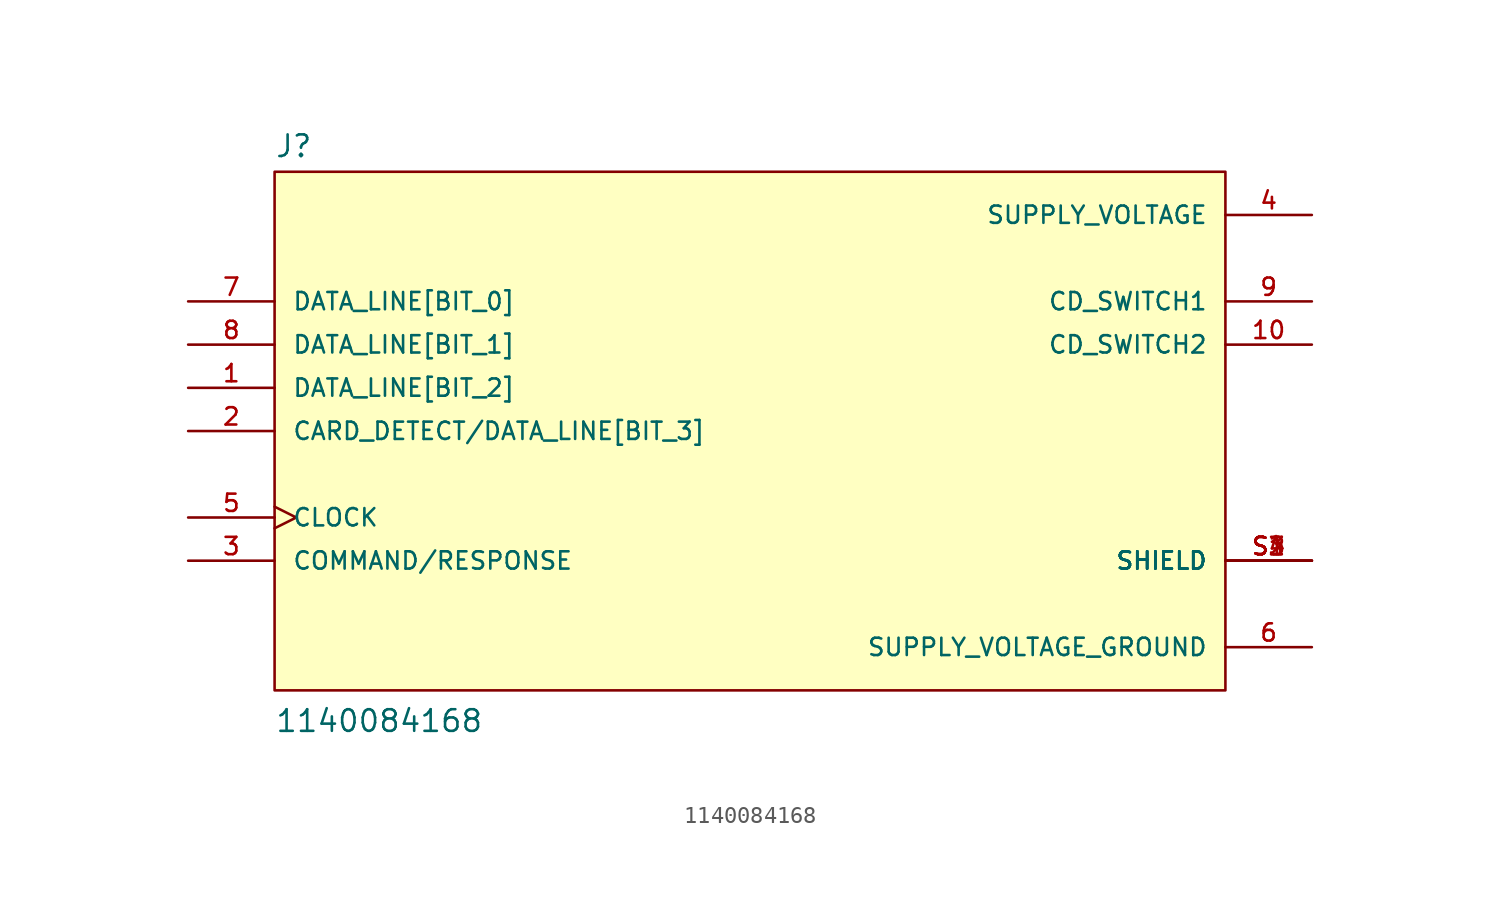
<source format=kicad_sym>
(kicad_symbol_lib
  (version 20211014)
  (generator kicad_symbol_editor)
  (symbol "1140084168"
    (pin_names
      (offset 1.016))
    (property "Reference" "J"
      (at -27.94 16.002 0)
      (effects (font (size 1.27 1.27)) (justify bottom left)))
    (property "Value" "1140084168"
      (at -27.94 -17.78 0)
      (effects (font (size 1.27 1.27)) (justify bottom left)))
    (symbol "1140084168_0_0"
      (rectangle (start -27.94 -15.24) (end 27.94 15.24) (stroke (width 0.152)) (fill (type background)))
      (pin bidirectional line (at -33.02 2.54 0) (length 5.08) (name "DATA_LINE[BIT_2]" (effects (font (size 1.016 1.016)))) (number "1" (effects (font (size 1.016 1.016)))))
      (pin bidirectional line (at -33.02 0.0 0) (length 5.08) (name "CARD_DETECT/DATA_LINE[BIT_3]" (effects (font (size 1.016 1.016)))) (number "2" (effects (font (size 1.016 1.016)))))
      (pin bidirectional line (at -33.02 -7.62 0) (length 5.08) (name "COMMAND/RESPONSE" (effects (font (size 1.016 1.016)))) (number "3" (effects (font (size 1.016 1.016)))))
      (pin power_in line (at 33.02 12.7 180.0) (length 5.08) (name "SUPPLY_VOLTAGE" (effects (font (size 1.016 1.016)))) (number "4" (effects (font (size 1.016 1.016)))))
      (pin bidirectional clock (at -33.02 -5.08 0) (length 5.08) (name "CLOCK" (effects (font (size 1.016 1.016)))) (number "5" (effects (font (size 1.016 1.016)))))
      (pin power_in line (at 33.02 -12.7 180.0) (length 5.08) (name "SUPPLY_VOLTAGE_GROUND" (effects (font (size 1.016 1.016)))) (number "6" (effects (font (size 1.016 1.016)))))
      (pin bidirectional line (at -33.02 7.62 0) (length 5.08) (name "DATA_LINE[BIT_0]" (effects (font (size 1.016 1.016)))) (number "7" (effects (font (size 1.016 1.016)))))
      (pin bidirectional line (at -33.02 5.08 0) (length 5.08) (name "DATA_LINE[BIT_1]" (effects (font (size 1.016 1.016)))) (number "8" (effects (font (size 1.016 1.016)))))
      (pin bidirectional line (at 33.02 7.62 180.0) (length 5.08) (name "CD_SWITCH1" (effects (font (size 1.016 1.016)))) (number "9" (effects (font (size 1.016 1.016)))))
      (pin passive line (at 33.02 -7.62 180.0) (length 5.08) (name "SHIELD" (effects (font (size 1.016 1.016)))) (number "S1" (effects (font (size 1.016 1.016)))))
      (pin passive line (at 33.02 -7.62 180.0) (length 5.08) (name "SHIELD" (effects (font (size 1.016 1.016)))) (number "S2" (effects (font (size 1.016 1.016)))))
      (pin passive line (at 33.02 -7.62 180.0) (length 5.08) (name "SHIELD" (effects (font (size 1.016 1.016)))) (number "S3" (effects (font (size 1.016 1.016)))))
      (pin passive line (at 33.02 -7.62 180.0) (length 5.08) (name "SHIELD" (effects (font (size 1.016 1.016)))) (number "S4" (effects (font (size 1.016 1.016)))))
      (pin bidirectional line (at 33.02 5.08 180.0) (length 5.08) (name "CD_SWITCH2" (effects (font (size 1.016 1.016)))) (number "10" (effects (font (size 1.016 1.016))))))))
</source>
